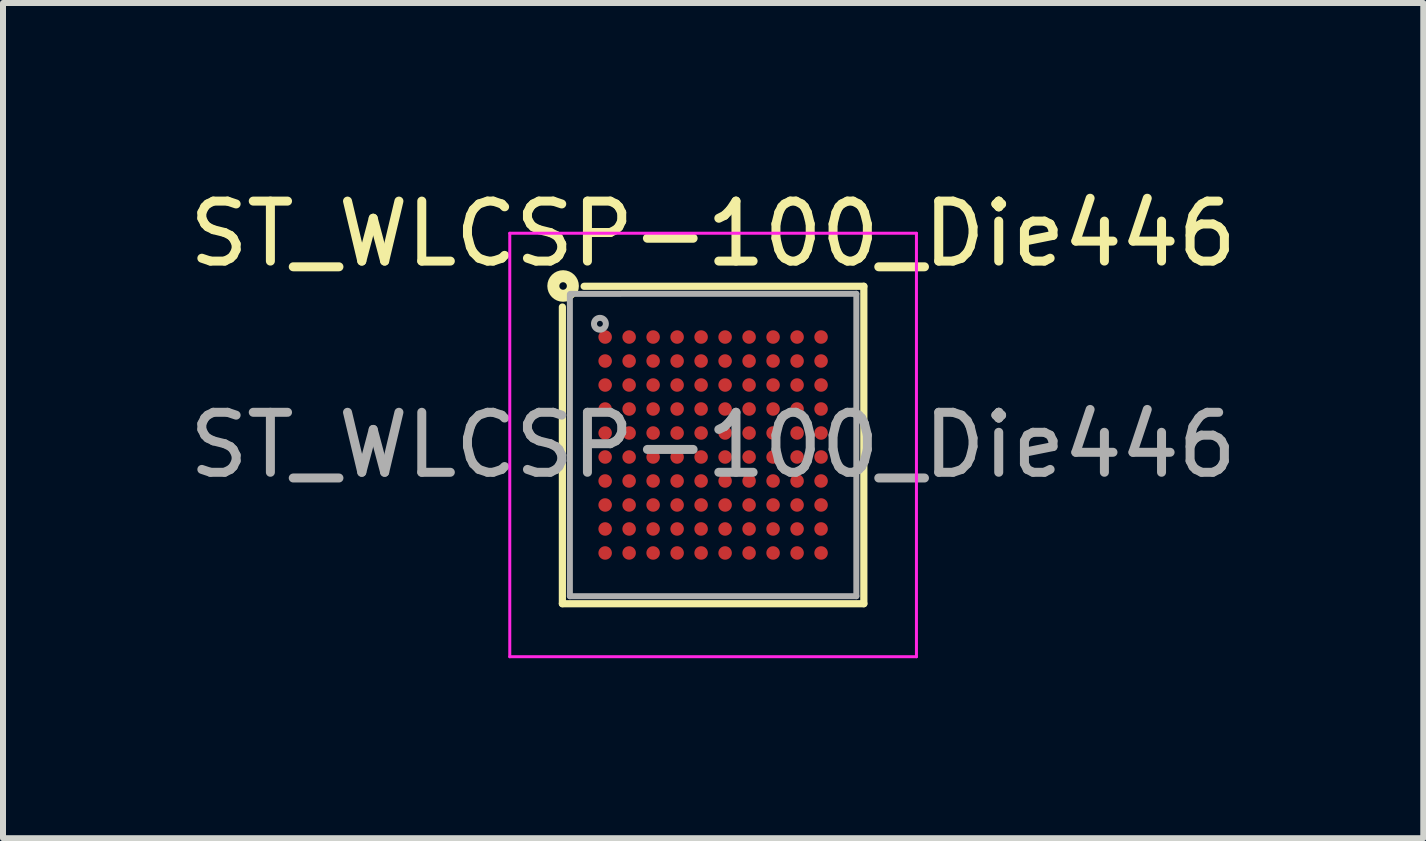
<source format=kicad_pcb>
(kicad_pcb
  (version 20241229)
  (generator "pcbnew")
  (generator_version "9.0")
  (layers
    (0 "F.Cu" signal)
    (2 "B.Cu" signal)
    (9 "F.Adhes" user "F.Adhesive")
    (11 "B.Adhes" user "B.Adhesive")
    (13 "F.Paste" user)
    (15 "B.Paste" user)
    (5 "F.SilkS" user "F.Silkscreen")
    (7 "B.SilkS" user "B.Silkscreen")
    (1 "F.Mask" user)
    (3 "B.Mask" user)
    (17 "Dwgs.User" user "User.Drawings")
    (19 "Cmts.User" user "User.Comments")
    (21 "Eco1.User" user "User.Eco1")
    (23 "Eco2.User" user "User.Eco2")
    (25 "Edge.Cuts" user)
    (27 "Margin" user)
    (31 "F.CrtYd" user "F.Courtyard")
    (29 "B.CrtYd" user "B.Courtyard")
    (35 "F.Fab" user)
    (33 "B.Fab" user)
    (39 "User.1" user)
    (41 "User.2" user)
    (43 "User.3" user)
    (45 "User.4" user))
  (footprint "ST_WLCSP-100_Die446"
    (layer "F.Cu")
    (at 8.839 4.369)
    (property "Reference" "ST_WLCSP-100_Die446" (at 0 -3.521 0) (layer "F.SilkS") (effects (font (size 1 1) (thickness 0.15))))
    (attr smd)
    (fp_line (start -2.513 2.646) (end -2.513 -2.3) (stroke (width 0.12) (type solid)) (layer "F.SilkS"))
    (fp_line (start -2.15 -2.646) (end 2.513 -2.646) (stroke (width 0.12) (type solid)) (layer "F.SilkS"))
    (fp_line (start 2.513 -2.646) (end 2.513 2.646) (stroke (width 0.12) (type solid)) (layer "F.SilkS"))
    (fp_line (start 2.513 2.646) (end -2.513 2.646) (stroke (width 0.12) (type solid)) (layer "F.SilkS"))
    (fp_circle (center -2.501 -2.651) (end -2.438 -2.651) (stroke (width 0.2) (type solid)) (fill no) (layer "F.SilkS"))
    (fp_line (start -3.39 -3.53) (end -3.39 3.53) (stroke (width 0.05) (type solid)) (layer "F.CrtYd"))
    (fp_line (start -3.39 3.53) (end 3.39 3.53) (stroke (width 0.05) (type solid)) (layer "F.CrtYd"))
    (fp_line (start 3.39 -3.53) (end -3.39 -3.53) (stroke (width 0.05) (type solid)) (layer "F.CrtYd"))
    (fp_line (start 3.39 3.53) (end 3.39 -3.53) (stroke (width 0.05) (type solid)) (layer "F.CrtYd"))
    (fp_line (start -2.388 2.521) (end -2.388 -2.51) (stroke (width 0.1) (type solid)) (layer "F.Fab"))
    (fp_line (start -2.38 -2.52) (end 2.388 -2.521) (stroke (width 0.1) (type solid)) (layer "F.Fab"))
    (fp_line (start 2.388 -2.521) (end 2.388 2.521) (stroke (width 0.1) (type solid)) (layer "F.Fab"))
    (fp_line (start 2.388 2.521) (end -2.388 2.521) (stroke (width 0.1) (type solid)) (layer "F.Fab"))
    (fp_circle (center -1.887 -2.021) (end -1.788 -2.021) (stroke (width 0.1) (type solid)) (fill no) (layer "F.Fab"))
    (fp_text user "${REFERENCE}" (at 0 0 0) (layer "F.Fab") (effects (font (size 1 1) (thickness 0.15))))
    (pad "A1" smd circle (at -1.8 -1.8) (size 0.225 0.225) (layers "F.Cu" "F.Mask" "F.Paste"))
    (pad "A2" smd circle (at -1.4 -1.8) (size 0.225 0.225) (layers "F.Cu" "F.Mask" "F.Paste"))
    (pad "A3" smd circle (at -1 -1.8) (size 0.225 0.225) (layers "F.Cu" "F.Mask" "F.Paste"))
    (pad "A4" smd circle (at -0.6 -1.8) (size 0.225 0.225) (layers "F.Cu" "F.Mask" "F.Paste"))
    (pad "A5" smd circle (at -0.2 -1.8) (size 0.225 0.225) (layers "F.Cu" "F.Mask" "F.Paste"))
    (pad "A6" smd circle (at 0.2 -1.8) (size 0.225 0.225) (layers "F.Cu" "F.Mask" "F.Paste"))
    (pad "A7" smd circle (at 0.6 -1.8) (size 0.225 0.225) (layers "F.Cu" "F.Mask" "F.Paste"))
    (pad "A8" smd circle (at 1 -1.8) (size 0.225 0.225) (layers "F.Cu" "F.Mask" "F.Paste"))
    (pad "A9" smd circle (at 1.4 -1.8) (size 0.225 0.225) (layers "F.Cu" "F.Mask" "F.Paste"))
    (pad "A10" smd circle (at 1.8 -1.8) (size 0.225 0.225) (layers "F.Cu" "F.Mask" "F.Paste"))
    (pad "B1" smd circle (at -1.8 -1.4) (size 0.225 0.225) (layers "F.Cu" "F.Mask" "F.Paste"))
    (pad "B2" smd circle (at -1.4 -1.4) (size 0.225 0.225) (layers "F.Cu" "F.Mask" "F.Paste"))
    (pad "B3" smd circle (at -1 -1.4) (size 0.225 0.225) (layers "F.Cu" "F.Mask" "F.Paste"))
    (pad "B4" smd circle (at -0.6 -1.4) (size 0.225 0.225) (layers "F.Cu" "F.Mask" "F.Paste"))
    (pad "B5" smd circle (at -0.2 -1.4) (size 0.225 0.225) (layers "F.Cu" "F.Mask" "F.Paste"))
    (pad "B6" smd circle (at 0.2 -1.4) (size 0.225 0.225) (layers "F.Cu" "F.Mask" "F.Paste"))
    (pad "B7" smd circle (at 0.6 -1.4) (size 0.225 0.225) (layers "F.Cu" "F.Mask" "F.Paste"))
    (pad "B8" smd circle (at 1 -1.4) (size 0.225 0.225) (layers "F.Cu" "F.Mask" "F.Paste"))
    (pad "B9" smd circle (at 1.4 -1.4) (size 0.225 0.225) (layers "F.Cu" "F.Mask" "F.Paste"))
    (pad "B10" smd circle (at 1.8 -1.4) (size 0.225 0.225) (layers "F.Cu" "F.Mask" "F.Paste"))
    (pad "C1" smd circle (at -1.8 -1) (size 0.225 0.225) (layers "F.Cu" "F.Mask" "F.Paste"))
    (pad "C2" smd circle (at -1.4 -1) (size 0.225 0.225) (layers "F.Cu" "F.Mask" "F.Paste"))
    (pad "C3" smd circle (at -1 -1) (size 0.225 0.225) (layers "F.Cu" "F.Mask" "F.Paste"))
    (pad "C4" smd circle (at -0.6 -1) (size 0.225 0.225) (layers "F.Cu" "F.Mask" "F.Paste"))
    (pad "C5" smd circle (at -0.2 -1) (size 0.225 0.225) (layers "F.Cu" "F.Mask" "F.Paste"))
    (pad "C6" smd circle (at 0.2 -1) (size 0.225 0.225) (layers "F.Cu" "F.Mask" "F.Paste"))
    (pad "C7" smd circle (at 0.6 -1) (size 0.225 0.225) (layers "F.Cu" "F.Mask" "F.Paste"))
    (pad "C8" smd circle (at 1 -1) (size 0.225 0.225) (layers "F.Cu" "F.Mask" "F.Paste"))
    (pad "C9" smd circle (at 1.4 -1) (size 0.225 0.225) (layers "F.Cu" "F.Mask" "F.Paste"))
    (pad "C10" smd circle (at 1.8 -1) (size 0.225 0.225) (layers "F.Cu" "F.Mask" "F.Paste"))
    (pad "D1" smd circle (at -1.8 -0.6) (size 0.225 0.225) (layers "F.Cu" "F.Mask" "F.Paste"))
    (pad "D2" smd circle (at -1.4 -0.6) (size 0.225 0.225) (layers "F.Cu" "F.Mask" "F.Paste"))
    (pad "D3" smd circle (at -1 -0.6) (size 0.225 0.225) (layers "F.Cu" "F.Mask" "F.Paste"))
    (pad "D4" smd circle (at -0.6 -0.6) (size 0.225 0.225) (layers "F.Cu" "F.Mask" "F.Paste"))
    (pad "D5" smd circle (at -0.2 -0.6) (size 0.225 0.225) (layers "F.Cu" "F.Mask" "F.Paste"))
    (pad "D6" smd circle (at 0.2 -0.6) (size 0.225 0.225) (layers "F.Cu" "F.Mask" "F.Paste"))
    (pad "D7" smd circle (at 0.6 -0.6) (size 0.225 0.225) (layers "F.Cu" "F.Mask" "F.Paste"))
    (pad "D8" smd circle (at 1 -0.6) (size 0.225 0.225) (layers "F.Cu" "F.Mask" "F.Paste"))
    (pad "D9" smd circle (at 1.4 -0.6) (size 0.225 0.225) (layers "F.Cu" "F.Mask" "F.Paste"))
    (pad "D10" smd circle (at 1.8 -0.6) (size 0.225 0.225) (layers "F.Cu" "F.Mask" "F.Paste"))
    (pad "E1" smd circle (at -1.8 -0.2) (size 0.225 0.225) (layers "F.Cu" "F.Mask" "F.Paste"))
    (pad "E2" smd circle (at -1.4 -0.2) (size 0.225 0.225) (layers "F.Cu" "F.Mask" "F.Paste"))
    (pad "E3" smd circle (at -1 -0.2) (size 0.225 0.225) (layers "F.Cu" "F.Mask" "F.Paste"))
    (pad "E4" smd circle (at -0.6 -0.2) (size 0.225 0.225) (layers "F.Cu" "F.Mask" "F.Paste"))
    (pad "E5" smd circle (at -0.2 -0.2) (size 0.225 0.225) (layers "F.Cu" "F.Mask" "F.Paste"))
    (pad "E6" smd circle (at 0.2 -0.2) (size 0.225 0.225) (layers "F.Cu" "F.Mask" "F.Paste"))
    (pad "E7" smd circle (at 0.6 -0.2) (size 0.225 0.225) (layers "F.Cu" "F.Mask" "F.Paste"))
    (pad "E8" smd circle (at 1 -0.2) (size 0.225 0.225) (layers "F.Cu" "F.Mask" "F.Paste"))
    (pad "E9" smd circle (at 1.4 -0.2) (size 0.225 0.225) (layers "F.Cu" "F.Mask" "F.Paste"))
    (pad "E10" smd circle (at 1.8 -0.2) (size 0.225 0.225) (layers "F.Cu" "F.Mask" "F.Paste"))
    (pad "F1" smd circle (at -1.8 0.2) (size 0.225 0.225) (layers "F.Cu" "F.Mask" "F.Paste"))
    (pad "F2" smd circle (at -1.4 0.2) (size 0.225 0.225) (layers "F.Cu" "F.Mask" "F.Paste"))
    (pad "F3" smd circle (at -1 0.2) (size 0.225 0.225) (layers "F.Cu" "F.Mask" "F.Paste"))
    (pad "F4" smd circle (at -0.6 0.2) (size 0.225 0.225) (layers "F.Cu" "F.Mask" "F.Paste"))
    (pad "F5" smd circle (at -0.2 0.2) (size 0.225 0.225) (layers "F.Cu" "F.Mask" "F.Paste"))
    (pad "F6" smd circle (at 0.2 0.2) (size 0.225 0.225) (layers "F.Cu" "F.Mask" "F.Paste"))
    (pad "F7" smd circle (at 0.6 0.2) (size 0.225 0.225) (layers "F.Cu" "F.Mask" "F.Paste"))
    (pad "F8" smd circle (at 1 0.2) (size 0.225 0.225) (layers "F.Cu" "F.Mask" "F.Paste"))
    (pad "F9" smd circle (at 1.4 0.2) (size 0.225 0.225) (layers "F.Cu" "F.Mask" "F.Paste"))
    (pad "F10" smd circle (at 1.8 0.2) (size 0.225 0.225) (layers "F.Cu" "F.Mask" "F.Paste"))
    (pad "G1" smd circle (at -1.8 0.6) (size 0.225 0.225) (layers "F.Cu" "F.Mask" "F.Paste"))
    (pad "G2" smd circle (at -1.4 0.6) (size 0.225 0.225) (layers "F.Cu" "F.Mask" "F.Paste"))
    (pad "G3" smd circle (at -1 0.6) (size 0.225 0.225) (layers "F.Cu" "F.Mask" "F.Paste"))
    (pad "G4" smd circle (at -0.6 0.6) (size 0.225 0.225) (layers "F.Cu" "F.Mask" "F.Paste"))
    (pad "G5" smd circle (at -0.2 0.6) (size 0.225 0.225) (layers "F.Cu" "F.Mask" "F.Paste"))
    (pad "G6" smd circle (at 0.2 0.6) (size 0.225 0.225) (layers "F.Cu" "F.Mask" "F.Paste"))
    (pad "G7" smd circle (at 0.6 0.6) (size 0.225 0.225) (layers "F.Cu" "F.Mask" "F.Paste"))
    (pad "G8" smd circle (at 1 0.6) (size 0.225 0.225) (layers "F.Cu" "F.Mask" "F.Paste"))
    (pad "G9" smd circle (at 1.4 0.6) (size 0.225 0.225) (layers "F.Cu" "F.Mask" "F.Paste"))
    (pad "G10" smd circle (at 1.8 0.6) (size 0.225 0.225) (layers "F.Cu" "F.Mask" "F.Paste"))
    (pad "H1" smd circle (at -1.8 1) (size 0.225 0.225) (layers "F.Cu" "F.Mask" "F.Paste"))
    (pad "H2" smd circle (at -1.4 1) (size 0.225 0.225) (layers "F.Cu" "F.Mask" "F.Paste"))
    (pad "H3" smd circle (at -1 1) (size 0.225 0.225) (layers "F.Cu" "F.Mask" "F.Paste"))
    (pad "H4" smd circle (at -0.6 1) (size 0.225 0.225) (layers "F.Cu" "F.Mask" "F.Paste"))
    (pad "H5" smd circle (at -0.2 1) (size 0.225 0.225) (layers "F.Cu" "F.Mask" "F.Paste"))
    (pad "H6" smd circle (at 0.2 1) (size 0.225 0.225) (layers "F.Cu" "F.Mask" "F.Paste"))
    (pad "H7" smd circle (at 0.6 1) (size 0.225 0.225) (layers "F.Cu" "F.Mask" "F.Paste"))
    (pad "H8" smd circle (at 1 1) (size 0.225 0.225) (layers "F.Cu" "F.Mask" "F.Paste"))
    (pad "H9" smd circle (at 1.4 1) (size 0.225 0.225) (layers "F.Cu" "F.Mask" "F.Paste"))
    (pad "H10" smd circle (at 1.8 1) (size 0.225 0.225) (layers "F.Cu" "F.Mask" "F.Paste"))
    (pad "J1" smd circle (at -1.8 1.4) (size 0.225 0.225) (layers "F.Cu" "F.Mask" "F.Paste"))
    (pad "J2" smd circle (at -1.4 1.4) (size 0.225 0.225) (layers "F.Cu" "F.Mask" "F.Paste"))
    (pad "J3" smd circle (at -1 1.4) (size 0.225 0.225) (layers "F.Cu" "F.Mask" "F.Paste"))
    (pad "J4" smd circle (at -0.6 1.4) (size 0.225 0.225) (layers "F.Cu" "F.Mask" "F.Paste"))
    (pad "J5" smd circle (at -0.2 1.4) (size 0.225 0.225) (layers "F.Cu" "F.Mask" "F.Paste"))
    (pad "J6" smd circle (at 0.2 1.4) (size 0.225 0.225) (layers "F.Cu" "F.Mask" "F.Paste"))
    (pad "J7" smd circle (at 0.6 1.4) (size 0.225 0.225) (layers "F.Cu" "F.Mask" "F.Paste"))
    (pad "J8" smd circle (at 1 1.4) (size 0.225 0.225) (layers "F.Cu" "F.Mask" "F.Paste"))
    (pad "J9" smd circle (at 1.4 1.4) (size 0.225 0.225) (layers "F.Cu" "F.Mask" "F.Paste"))
    (pad "J10" smd circle (at 1.8 1.4) (size 0.225 0.225) (layers "F.Cu" "F.Mask" "F.Paste"))
    (pad "K1" smd circle (at -1.8 1.8) (size 0.225 0.225) (layers "F.Cu" "F.Mask" "F.Paste"))
    (pad "K2" smd circle (at -1.4 1.8) (size 0.225 0.225) (layers "F.Cu" "F.Mask" "F.Paste"))
    (pad "K3" smd circle (at -1 1.8) (size 0.225 0.225) (layers "F.Cu" "F.Mask" "F.Paste"))
    (pad "K4" smd circle (at -0.6 1.8) (size 0.225 0.225) (layers "F.Cu" "F.Mask" "F.Paste"))
    (pad "K5" smd circle (at -0.2 1.8) (size 0.225 0.225) (layers "F.Cu" "F.Mask" "F.Paste"))
    (pad "K6" smd circle (at 0.2 1.8) (size 0.225 0.225) (layers "F.Cu" "F.Mask" "F.Paste"))
    (pad "K7" smd circle (at 0.6 1.8) (size 0.225 0.225) (layers "F.Cu" "F.Mask" "F.Paste"))
    (pad "K8" smd circle (at 1 1.8) (size 0.225 0.225) (layers "F.Cu" "F.Mask" "F.Paste"))
    (pad "K9" smd circle (at 1.4 1.8) (size 0.225 0.225) (layers "F.Cu" "F.Mask" "F.Paste"))
    (pad "K10" smd circle (at 1.8 1.8) (size 0.225 0.225) (layers "F.Cu" "F.Mask" "F.Paste")))
  (gr_rect
    (start -3 -3)
    (end 20.679 10.924)
    (stroke (width 0.1) (type default))
    (fill no)
    (layer "Edge.Cuts")))
</source>
